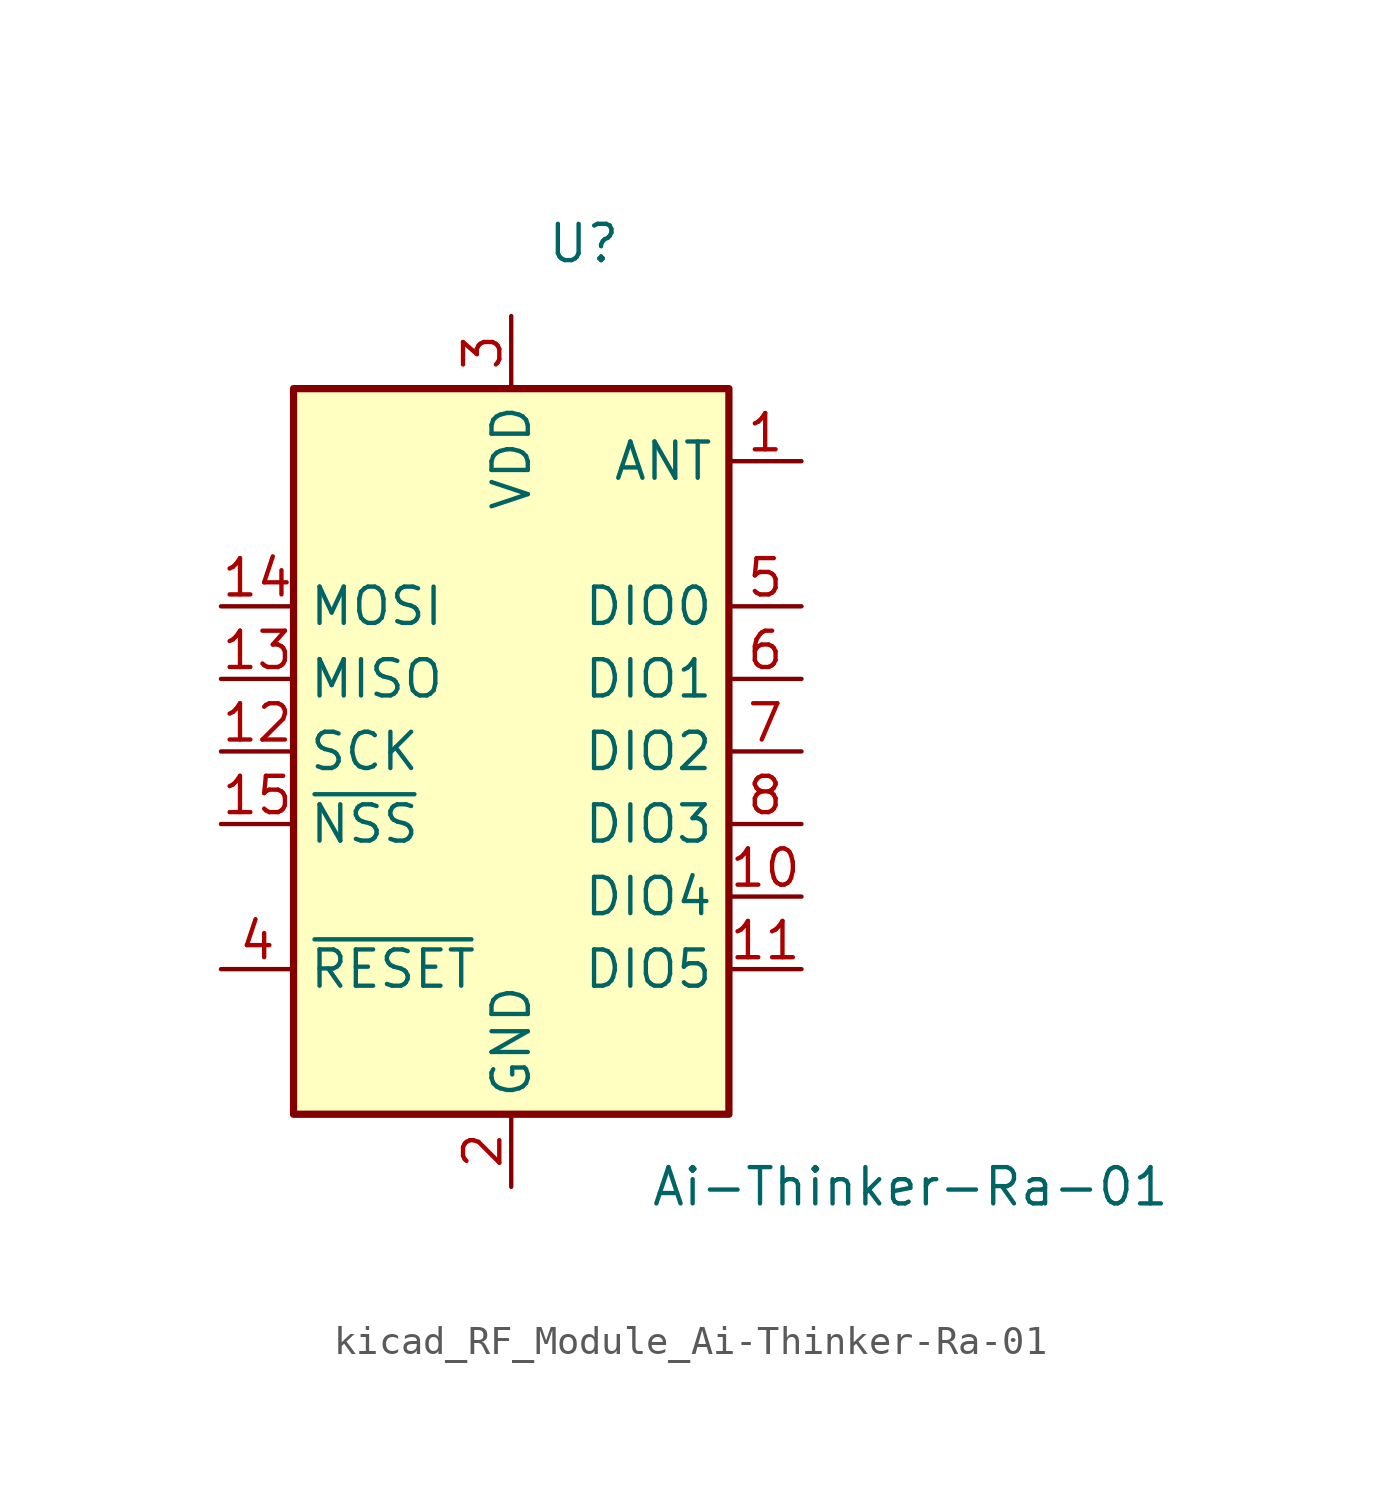
<source format=kicad_sym>
(kicad_symbol_lib
  (version 20220914)
  (generator kicad_symbol_editor)
  (symbol "kicad_RF_Module_Ai-Thinker-Ra-01"
    (property "Reference" "U"
      (at 2.54 17.78 0)
      (effects (font (size 1.27 1.27))))
    (property "Value" "Ai-Thinker-Ra-01"
      (at 13.97 -15.24 0)
      (effects (font (size 1.27 1.27))))
    (symbol "kicad_RF_Module_Ai-Thinker-Ra-01_0_1"
      (rectangle (start -7.62 12.7) (end 7.62 -12.7) (stroke (width 0.254) (type default)) (fill (type background))))
    (symbol "kicad_RF_Module_Ai-Thinker-Ra-01_1_1"
      (pin passive line (at 10.16 10.16 180) (length 2.54) (name "ANT" (effects (font (size 1.27 1.27)))) (number "1" (effects (font (size 1.27 1.27)))))
      (pin bidirectional line (at 10.16 -5.08 180) (length 2.54) (name "DIO4" (effects (font (size 1.27 1.27)))) (number "10" (effects (font (size 1.27 1.27)))))
      (pin bidirectional line (at 10.16 -7.62 180) (length 2.54) (name "DIO5" (effects (font (size 1.27 1.27)))) (number "11" (effects (font (size 1.27 1.27)))))
      (pin input line (at -10.16 0 0) (length 2.54) (name "SCK" (effects (font (size 1.27 1.27)))) (number "12" (effects (font (size 1.27 1.27)))))
      (pin output line (at -10.16 2.54 0) (length 2.54) (name "MISO" (effects (font (size 1.27 1.27)))) (number "13" (effects (font (size 1.27 1.27)))))
      (pin input line (at -10.16 5.08 0) (length 2.54) (name "MOSI" (effects (font (size 1.27 1.27)))) (number "14" (effects (font (size 1.27 1.27)))))
      (pin input line (at -10.16 -2.54 0) (length 2.54) (name "~{NSS}" (effects (font (size 1.27 1.27)))) (number "15" (effects (font (size 1.27 1.27)))))
      (pin passive line (at 0 -15.24 90) (length 2.54) hide (name "GND" (effects (font (size 1.27 1.27)))) (number "16" (effects (font (size 1.27 1.27)))))
      (pin power_in line (at 0 -15.24 90) (length 2.54) (name "GND" (effects (font (size 1.27 1.27)))) (number "2" (effects (font (size 1.27 1.27)))))
      (pin power_in line (at 0 15.24 270) (length 2.54) (name "VDD" (effects (font (size 1.27 1.27)))) (number "3" (effects (font (size 1.27 1.27)))))
      (pin input line (at -10.16 -7.62 0) (length 2.54) (name "~{RESET}" (effects (font (size 1.27 1.27)))) (number "4" (effects (font (size 1.27 1.27)))))
      (pin bidirectional line (at 10.16 5.08 180) (length 2.54) (name "DIO0" (effects (font (size 1.27 1.27)))) (number "5" (effects (font (size 1.27 1.27)))))
      (pin bidirectional line (at 10.16 2.54 180) (length 2.54) (name "DIO1" (effects (font (size 1.27 1.27)))) (number "6" (effects (font (size 1.27 1.27)))))
      (pin bidirectional line (at 10.16 0 180) (length 2.54) (name "DIO2" (effects (font (size 1.27 1.27)))) (number "7" (effects (font (size 1.27 1.27)))))
      (pin bidirectional line (at 10.16 -2.54 180) (length 2.54) (name "DIO3" (effects (font (size 1.27 1.27)))) (number "8" (effects (font (size 1.27 1.27)))))
      (pin passive line (at 0 -15.24 90) (length 2.54) hide (name "GND" (effects (font (size 1.27 1.27)))) (number "9" (effects (font (size 1.27 1.27))))))))
</source>
